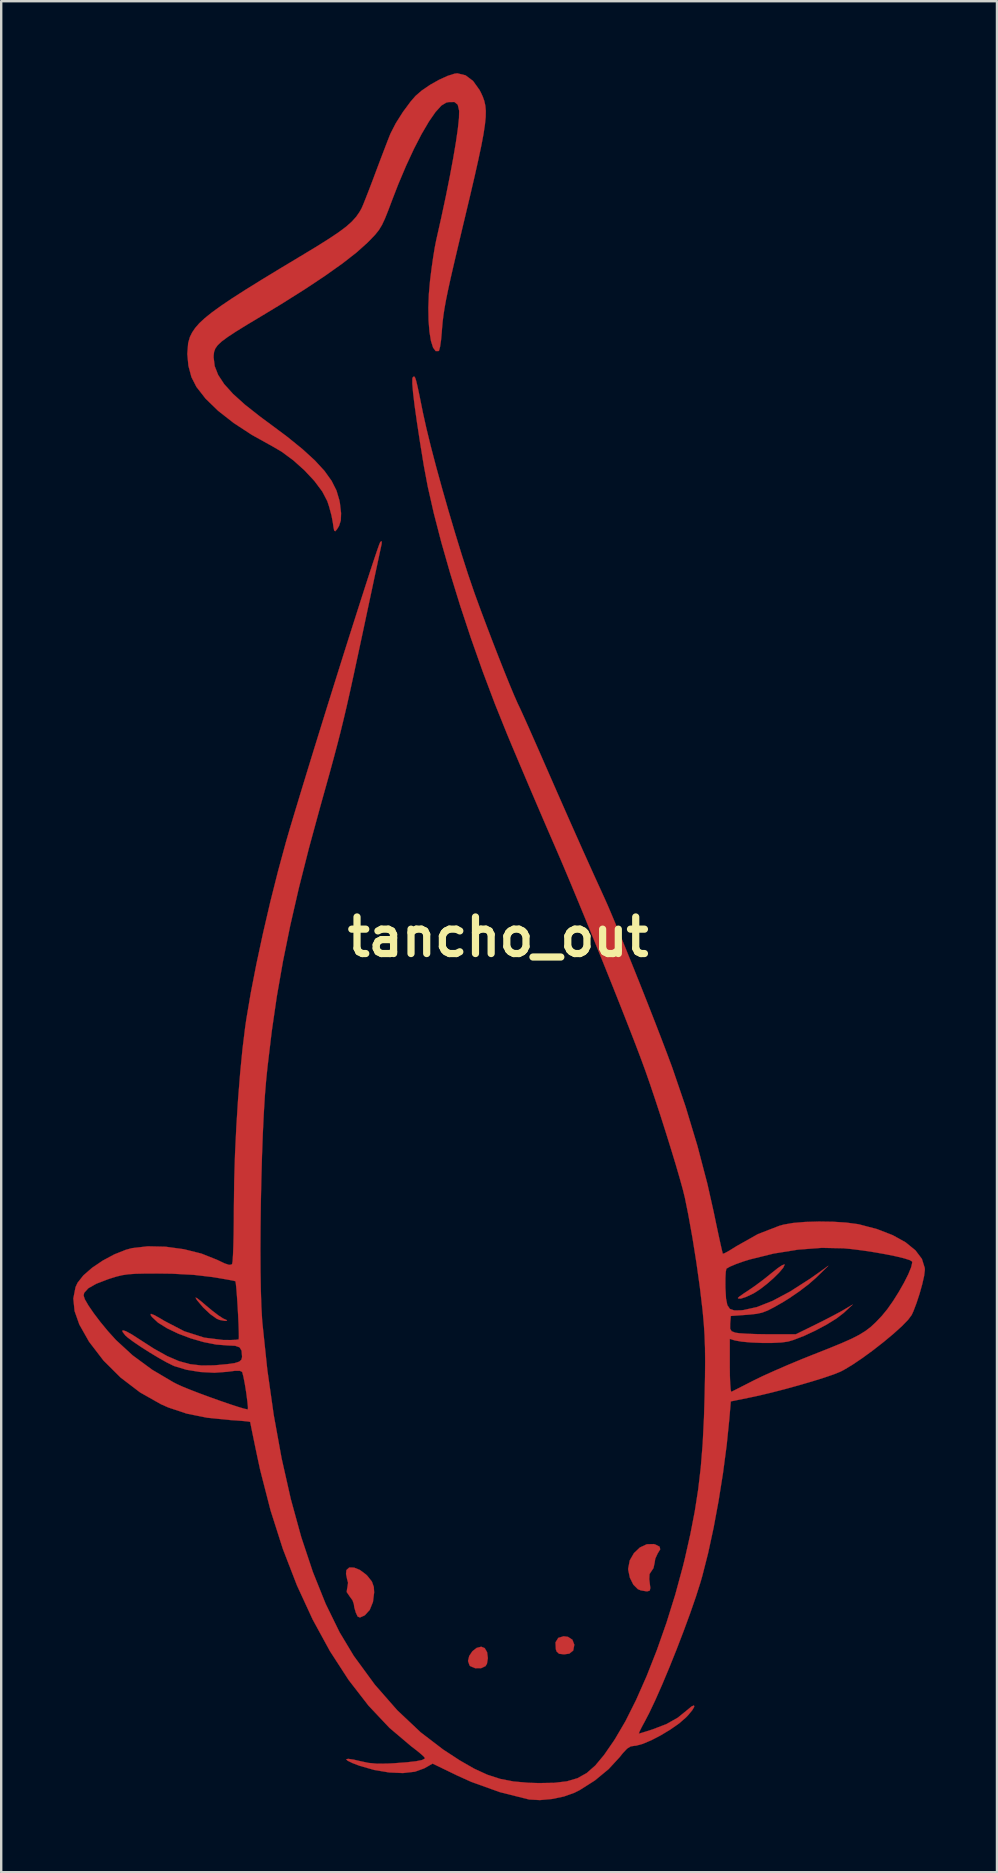
<source format=kicad_pcb>
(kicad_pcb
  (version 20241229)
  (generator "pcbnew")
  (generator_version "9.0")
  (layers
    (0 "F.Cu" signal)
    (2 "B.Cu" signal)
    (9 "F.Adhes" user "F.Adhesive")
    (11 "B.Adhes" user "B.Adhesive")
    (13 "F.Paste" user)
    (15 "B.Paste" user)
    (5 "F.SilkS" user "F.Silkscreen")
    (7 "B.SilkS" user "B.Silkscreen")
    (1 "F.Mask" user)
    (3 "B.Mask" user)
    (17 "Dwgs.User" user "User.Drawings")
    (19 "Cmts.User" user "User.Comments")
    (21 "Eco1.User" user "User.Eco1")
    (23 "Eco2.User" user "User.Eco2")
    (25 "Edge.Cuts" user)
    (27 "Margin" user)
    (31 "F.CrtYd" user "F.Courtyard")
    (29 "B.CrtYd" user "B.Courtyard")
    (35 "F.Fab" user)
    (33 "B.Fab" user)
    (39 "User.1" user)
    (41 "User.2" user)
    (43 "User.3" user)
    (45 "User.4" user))
  (footprint "tancho_out"
    (layer "F.Cu")
    (at 17.703 35.988)
    (property "Reference" "tancho_out" (at 0 0 0) (layer "F.SilkS") (effects (font (size 1.524 1.524) (thickness 0.3))))
    (attr through_hole)
    (fp_poly (pts (xy 2.911 29.158) (xy 3.095 29.279) (xy 3.175 29.488) (xy 3.13 29.724) (xy 3.125 29.732) (xy 2.967 29.858) (xy 2.75 29.887) (xy 2.541 29.864) (xy 2.438 29.771) (xy 2.405 29.676) (xy 2.391 29.388) (xy 2.506 29.201) (xy 2.731 29.134) (xy 2.911 29.158)) (stroke (width 0.01) (type solid)) (fill yes) (layer "F.Cu"))
    (fp_poly (pts (xy -0.558 29.627) (xy -0.459 29.8) (xy -0.427 30.046) (xy -0.465 30.279) (xy -0.525 30.378) (xy -0.714 30.466) (xy -0.955 30.465) (xy -1.157 30.38) (xy -1.19 30.348) (xy -1.254 30.163) (xy -1.204 29.954) (xy -1.073 29.76) (xy -0.895 29.619) (xy -0.704 29.57) (xy -0.558 29.627)) (stroke (width 0.01) (type solid)) (fill yes) (layer "F.Cu"))
    (fp_poly (pts (xy -12.544 15.047) (xy -12.368 15.185) (xy -12.184 15.343) (xy -11.905 15.575) (xy -11.65 15.769) (xy -11.462 15.891) (xy -11.424 15.909) (xy -11.293 15.968) (xy -11.315 15.991) (xy -11.388 15.994) (xy -11.602 15.955) (xy -11.726 15.903) (xy -11.995 15.711) (xy -12.288 15.435) (xy -12.542 15.134) (xy -12.557 15.113) (xy -12.606 15.024) (xy -12.544 15.047)) (stroke (width 0.01) (type solid)) (fill yes) (layer "F.Cu"))
    (fp_poly (pts (xy 11.938 13.653) (xy 11.875 13.785) (xy 11.706 13.984) (xy 11.467 14.22) (xy 11.189 14.462) (xy 10.907 14.68) (xy 10.654 14.842) (xy 10.634 14.853) (xy 10.331 14.996) (xy 10.111 15.067) (xy 9.999 15.06) (xy 9.991 15.037) (xy 10.056 14.978) (xy 10.227 14.857) (xy 10.435 14.72) (xy 10.728 14.518) (xy 11.074 14.259) (xy 11.399 13.997) (xy 11.409 13.989) (xy 11.65 13.798) (xy 11.833 13.676) (xy 11.93 13.641) (xy 11.938 13.653)) (stroke (width 0.01) (type solid)) (fill yes) (layer "F.Cu"))
    (fp_poly (pts (xy -6.004 26.272) (xy -5.76 26.371) (xy -5.51 26.556) (xy -5.44 26.626) (xy -5.258 26.856) (xy -5.179 27.079) (xy -5.165 27.308) (xy -5.214 27.703) (xy -5.348 28.034) (xy -5.547 28.254) (xy -5.583 28.276) (xy -5.756 28.352) (xy -5.852 28.312) (xy -5.929 28.146) (xy -5.992 27.932) (xy -6.011 27.792) (xy -6.066 27.635) (xy -6.189 27.466) (xy -6.308 27.291) (xy -6.29 27.141) (xy -6.285 27.132) (xy -6.252 26.906) (xy -6.291 26.756) (xy -6.336 26.536) (xy -6.32 26.376) (xy -6.204 26.27) (xy -6.004 26.272)) (stroke (width 0.01) (type solid)) (fill yes) (layer "F.Cu"))
    (fp_poly (pts (xy 6.558 25.314) (xy 6.728 25.402) (xy 6.753 25.512) (xy 6.644 25.69) (xy 6.644 25.691) (xy 6.547 25.904) (xy 6.519 26.083) (xy 6.473 26.294) (xy 6.389 26.419) (xy 6.308 26.543) (xy 6.297 26.752) (xy 6.314 26.895) (xy 6.341 27.123) (xy 6.319 27.229) (xy 6.231 27.259) (xy 6.169 27.26) (xy 5.943 27.221) (xy 5.821 27.171) (xy 5.633 26.982) (xy 5.489 26.692) (xy 5.421 26.37) (xy 5.419 26.314) (xy 5.485 25.972) (xy 5.659 25.67) (xy 5.907 25.435) (xy 6.195 25.3) (xy 6.49 25.293) (xy 6.558 25.314)) (stroke (width 0.01) (type solid)) (fill yes) (layer "F.Cu"))
    (fp_poly (pts (xy -1.356 -35.9) (xy -1.042 -35.663) (xy -0.771 -35.284) (xy -0.718 -35.182) (xy -0.637 -35.005) (xy -0.575 -34.83) (xy -0.533 -34.64) (xy -0.513 -34.423) (xy -0.518 -34.162) (xy -0.55 -33.844) (xy -0.609 -33.453) (xy -0.699 -32.975) (xy -0.822 -32.395) (xy -0.978 -31.699) (xy -1.171 -30.871) (xy -1.403 -29.897) (xy -1.466 -29.633) (xy -1.672 -28.765) (xy -1.842 -28.041) (xy -1.98 -27.442) (xy -2.088 -26.947) (xy -2.172 -26.537) (xy -2.234 -26.192) (xy -2.28 -25.892) (xy -2.313 -25.617) (xy -2.337 -25.347) (xy -2.347 -25.207) (xy -2.378 -24.868) (xy -2.417 -24.598) (xy -2.459 -24.438) (xy -2.476 -24.413) (xy -2.602 -24.411) (xy -2.71 -24.557) (xy -2.797 -24.831) (xy -2.86 -25.212) (xy -2.897 -25.681) (xy -2.906 -26.216) (xy -2.884 -26.798) (xy -2.834 -27.363) (xy -2.774 -27.842) (xy -2.706 -28.318) (xy -2.638 -28.734) (xy -2.578 -29.038) (xy -2.577 -29.041) (xy -2.369 -29.966) (xy -2.179 -30.854) (xy -2.012 -31.688) (xy -1.87 -32.45) (xy -1.757 -33.121) (xy -1.676 -33.683) (xy -1.63 -34.119) (xy -1.623 -34.41) (xy -1.624 -34.428) (xy -1.682 -34.675) (xy -1.82 -34.788) (xy -2.064 -34.784) (xy -2.162 -34.763) (xy -2.365 -34.639) (xy -2.609 -34.37) (xy -2.887 -33.968) (xy -3.19 -33.451) (xy -3.509 -32.833) (xy -3.836 -32.129) (xy -4.163 -31.355) (xy -4.404 -30.734) (xy -4.581 -30.264) (xy -4.72 -29.918) (xy -4.842 -29.66) (xy -4.966 -29.456) (xy -5.113 -29.271) (xy -5.304 -29.069) (xy -5.459 -28.914) (xy -5.895 -28.523) (xy -6.477 -28.068) (xy -7.201 -27.554) (xy -8.058 -26.984) (xy -9.041 -26.365) (xy -9.864 -25.867) (xy -10.456 -25.512) (xy -10.918 -25.227) (xy -11.265 -24.999) (xy -11.515 -24.814) (xy -11.682 -24.658) (xy -11.783 -24.517) (xy -11.834 -24.377) (xy -11.852 -24.224) (xy -11.853 -24.148) (xy -11.808 -23.785) (xy -11.665 -23.419) (xy -11.415 -23.037) (xy -11.046 -22.628) (xy -10.549 -22.179) (xy -9.913 -21.678) (xy -9.578 -21.431) (xy -8.794 -20.847) (xy -8.15 -20.325) (xy -7.634 -19.853) (xy -7.234 -19.418) (xy -6.938 -19.005) (xy -6.735 -18.603) (xy -6.614 -18.197) (xy -6.591 -18.073) (xy -6.543 -17.659) (xy -6.553 -17.358) (xy -6.627 -17.125) (xy -6.714 -16.984) (xy -6.785 -16.905) (xy -6.829 -16.93) (xy -6.861 -17.085) (xy -6.881 -17.239) (xy -6.94 -17.556) (xy -7.04 -17.928) (xy -7.118 -18.162) (xy -7.325 -18.559) (xy -7.652 -18.997) (xy -8.066 -19.441) (xy -8.534 -19.861) (xy -9.024 -20.222) (xy -9.398 -20.441) (xy -10.256 -20.917) (xy -11.016 -21.414) (xy -11.665 -21.922) (xy -12.187 -22.428) (xy -12.57 -22.92) (xy -12.777 -23.326) (xy -12.903 -23.798) (xy -12.949 -24.291) (xy -12.914 -24.744) (xy -12.84 -25.001) (xy -12.747 -25.188) (xy -12.62 -25.375) (xy -12.448 -25.572) (xy -12.218 -25.786) (xy -11.919 -26.026) (xy -11.539 -26.3) (xy -11.068 -26.618) (xy -10.493 -26.986) (xy -9.804 -27.413) (xy -8.987 -27.909) (xy -8.226 -28.366) (xy -7.575 -28.759) (xy -7.055 -29.086) (xy -6.647 -29.359) (xy -6.332 -29.594) (xy -6.094 -29.806) (xy -5.912 -30.008) (xy -5.77 -30.214) (xy -5.687 -30.363) (xy -5.627 -30.5) (xy -5.521 -30.765) (xy -5.379 -31.128) (xy -5.215 -31.558) (xy -5.092 -31.887) (xy -4.917 -32.353) (xy -4.754 -32.78) (xy -4.617 -33.137) (xy -4.518 -33.39) (xy -4.478 -33.486) (xy -4.26 -33.909) (xy -3.966 -34.373) (xy -3.645 -34.806) (xy -3.442 -35.041) (xy -3.181 -35.267) (xy -2.841 -35.499) (xy -2.468 -35.71) (xy -2.108 -35.875) (xy -1.809 -35.97) (xy -1.696 -35.983) (xy -1.356 -35.9)) (stroke (width 0.01) (type solid)) (fill yes) (layer "F.Cu"))
    (fp_poly (pts (xy -3.486 -23.346) (xy -3.452 -23.29) (xy -3.411 -23.158) (xy -3.357 -22.932) (xy -3.284 -22.59) (xy -3.187 -22.111) (xy -3.133 -21.844) (xy -2.994 -21.216) (xy -2.81 -20.461) (xy -2.588 -19.612) (xy -2.338 -18.702) (xy -2.07 -17.763) (xy -1.793 -16.829) (xy -1.517 -15.931) (xy -1.251 -15.104) (xy -1.003 -14.38) (xy -0.963 -14.266) (xy -0.739 -13.653) (xy -0.494 -13) (xy -0.24 -12.333) (xy 0.014 -11.679) (xy 0.257 -11.065) (xy 0.479 -10.517) (xy 0.669 -10.062) (xy 0.817 -9.726) (xy 0.873 -9.61) (xy 0.953 -9.439) (xy 1.089 -9.139) (xy 1.27 -8.735) (xy 1.484 -8.251) (xy 1.721 -7.714) (xy 1.91 -7.281) (xy 2.482 -5.975) (xy 3.027 -4.74) (xy 3.536 -3.597) (xy 3.999 -2.569) (xy 4.407 -1.675) (xy 4.41 -1.669) (xy 4.571 -1.308) (xy 4.781 -0.814) (xy 5.031 -0.213) (xy 5.311 0.47) (xy 5.61 1.21) (xy 5.918 1.979) (xy 6.225 2.755) (xy 6.521 3.51) (xy 6.795 4.219) (xy 7.038 4.857) (xy 7.239 5.398) (xy 7.264 5.468) (xy 7.811 7.069) (xy 8.301 8.693) (xy 8.718 10.282) (xy 8.976 11.43) (xy 9.084 11.949) (xy 9.182 12.409) (xy 9.264 12.786) (xy 9.325 13.053) (xy 9.359 13.188) (xy 9.363 13.198) (xy 9.443 13.172) (xy 9.626 13.071) (xy 9.876 12.917) (xy 9.925 12.885) (xy 10.824 12.378) (xy 11.711 12.035) (xy 11.892 11.984) (xy 12.283 11.915) (xy 12.79 11.872) (xy 13.363 11.855) (xy 13.951 11.864) (xy 14.505 11.899) (xy 14.973 11.961) (xy 15.051 11.976) (xy 15.795 12.173) (xy 16.442 12.424) (xy 16.977 12.721) (xy 17.386 13.054) (xy 17.657 13.413) (xy 17.775 13.789) (xy 17.779 13.877) (xy 17.749 14.118) (xy 17.671 14.463) (xy 17.56 14.86) (xy 17.431 15.254) (xy 17.301 15.594) (xy 17.23 15.748) (xy 17.081 15.948) (xy 16.818 16.218) (xy 16.468 16.534) (xy 16.059 16.875) (xy 15.62 17.218) (xy 15.177 17.542) (xy 14.759 17.824) (xy 14.394 18.042) (xy 14.259 18.111) (xy 13.989 18.22) (xy 13.589 18.357) (xy 13.094 18.512) (xy 12.539 18.674) (xy 11.96 18.834) (xy 11.39 18.981) (xy 10.866 19.106) (xy 10.626 19.158) (xy 9.694 19.349) (xy 9.634 20.068) (xy 9.522 21.176) (xy 9.37 22.331) (xy 9.185 23.493) (xy 8.976 24.621) (xy 8.748 25.674) (xy 8.509 26.612) (xy 8.432 26.882) (xy 8.24 27.487) (xy 8.001 28.176) (xy 7.728 28.919) (xy 7.434 29.684) (xy 7.131 30.439) (xy 6.832 31.153) (xy 6.549 31.793) (xy 6.295 32.329) (xy 6.123 32.66) (xy 5.983 32.918) (xy 5.89 33.106) (xy 5.861 33.188) (xy 5.863 33.189) (xy 5.956 33.165) (xy 6.164 33.101) (xy 6.442 33.012) (xy 7.02 32.789) (xy 7.485 32.526) (xy 7.852 32.229) (xy 8.054 32.061) (xy 8.16 32.015) (xy 8.171 32.071) (xy 8.089 32.213) (xy 7.916 32.423) (xy 7.828 32.515) (xy 7.548 32.759) (xy 7.187 33.012) (xy 6.787 33.255) (xy 6.386 33.464) (xy 6.025 33.617) (xy 5.745 33.693) (xy 5.685 33.697) (xy 5.525 33.722) (xy 5.375 33.814) (xy 5.195 34.005) (xy 5.064 34.169) (xy 4.602 34.67) (xy 4.031 35.141) (xy 3.409 35.536) (xy 3.175 35.655) (xy 2.744 35.809) (xy 2.242 35.914) (xy 1.739 35.959) (xy 1.307 35.936) (xy 1.27 35.929) (xy 0.068 35.627) (xy -1.116 35.201) (xy -1.682 34.946) (xy -2.729 34.439) (xy -3.079 34.637) (xy -3.467 34.777) (xy -3.966 34.833) (xy -4.542 34.808) (xy -5.158 34.705) (xy -5.78 34.527) (xy -6.063 34.419) (xy -6.273 34.317) (xy -6.329 34.257) (xy -6.243 34.241) (xy -6.025 34.272) (xy -5.746 34.337) (xy -5.402 34.41) (xy -5.047 34.443) (xy -4.617 34.439) (xy -4.36 34.426) (xy -3.809 34.385) (xy -3.415 34.34) (xy -3.169 34.29) (xy -3.057 34.232) (xy -3.048 34.207) (xy -3.111 34.131) (xy -3.28 33.983) (xy -3.523 33.791) (xy -3.619 33.719) (xy -4.529 32.948) (xy -5.4 32.024) (xy -6.227 30.956) (xy -7.004 29.757) (xy -7.724 28.439) (xy -8.381 27.014) (xy -8.969 25.493) (xy -9.481 23.888) (xy -9.912 22.21) (xy -10.025 21.687) (xy -10.124 21.215) (xy -10.209 20.803) (xy -10.275 20.479) (xy -10.317 20.27) (xy -10.329 20.204) (xy -10.408 20.187) (xy -10.619 20.165) (xy -10.927 20.141) (xy -11.157 20.126) (xy -12.127 20.028) (xy -12.975 19.857) (xy -13.735 19.604) (xy -14.044 19.468) (xy -14.917 18.974) (xy -15.726 18.357) (xy -16.443 17.644) (xy -17.043 16.861) (xy -17.448 16.145) (xy -17.645 15.586) (xy -17.698 15.06) (xy -17.673 14.934) (xy -17.272 14.934) (xy -17.218 15.096) (xy -17.069 15.353) (xy -16.846 15.678) (xy -16.57 16.042) (xy -16.262 16.416) (xy -15.941 16.771) (xy -15.923 16.791) (xy -15.228 17.43) (xy -14.414 18.029) (xy -13.527 18.553) (xy -13.377 18.63) (xy -13.15 18.733) (xy -12.827 18.864) (xy -12.439 19.014) (xy -12.016 19.17) (xy -11.589 19.323) (xy -11.188 19.461) (xy -10.842 19.574) (xy -10.584 19.651) (xy -10.442 19.681) (xy -10.426 19.678) (xy -10.423 19.589) (xy -10.444 19.372) (xy -10.483 19.068) (xy -10.502 18.933) (xy -10.557 18.595) (xy -10.612 18.317) (xy -10.656 18.147) (xy -10.667 18.12) (xy -10.759 18.074) (xy -10.965 18.074) (xy -11.281 18.115) (xy -11.818 18.155) (xy -12.411 18.123) (xy -12.99 18.029) (xy -13.486 17.879) (xy -13.54 17.856) (xy -13.808 17.723) (xy -14.147 17.532) (xy -14.518 17.309) (xy -14.883 17.076) (xy -15.203 16.859) (xy -15.44 16.682) (xy -15.535 16.596) (xy -15.652 16.442) (xy -15.641 16.385) (xy -15.511 16.423) (xy -15.271 16.552) (xy -14.972 16.745) (xy -14.335 17.155) (xy -13.788 17.46) (xy -13.298 17.671) (xy -12.832 17.798) (xy -12.358 17.853) (xy -11.842 17.846) (xy -11.7 17.835) (xy -11.262 17.794) (xy -10.967 17.75) (xy -10.787 17.693) (xy -10.697 17.614) (xy -10.669 17.505) (xy -10.668 17.481) (xy -10.688 17.236) (xy -10.772 17.096) (xy -10.955 17.032) (xy -11.256 17.018) (xy -11.739 16.981) (xy -12.268 16.877) (xy -12.809 16.721) (xy -13.328 16.525) (xy -13.793 16.302) (xy -14.169 16.067) (xy -14.422 15.831) (xy -14.479 15.746) (xy -14.465 15.7) (xy -14.32 15.755) (xy -14.043 15.911) (xy -13.9 15.998) (xy -13.074 16.427) (xy -12.244 16.692) (xy -11.458 16.79) (xy -11.155 16.792) (xy -10.923 16.783) (xy -10.811 16.765) (xy -10.808 16.763) (xy -10.8 16.671) (xy -10.803 16.447) (xy -10.814 16.129) (xy -10.832 15.755) (xy -10.854 15.361) (xy -10.879 14.985) (xy -10.904 14.665) (xy -10.927 14.438) (xy -10.945 14.342) (xy -10.946 14.342) (xy -11.034 14.319) (xy -11.255 14.277) (xy -11.573 14.222) (xy -11.898 14.168) (xy -12.674 14.077) (xy -13.583 14.028) (xy -14.182 14.02) (xy -14.706 14.022) (xy -15.1 14.031) (xy -15.404 14.052) (xy -15.657 14.089) (xy -15.898 14.147) (xy -16.166 14.23) (xy -16.24 14.254) (xy -16.74 14.446) (xy -17.074 14.635) (xy -17.245 14.824) (xy -17.272 14.934) (xy -17.673 14.934) (xy -17.606 14.588) (xy -17.521 14.405) (xy -17.28 14.1) (xy -16.917 13.783) (xy -16.472 13.482) (xy -15.987 13.222) (xy -15.505 13.031) (xy -15.257 12.964) (xy -14.596 12.887) (xy -13.856 12.904) (xy -13.092 13.008) (xy -12.36 13.191) (xy -11.715 13.447) (xy -11.69 13.459) (xy -11.395 13.599) (xy -11.212 13.66) (xy -11.112 13.649) (xy -11.081 13.617) (xy -11.062 13.505) (xy -11.045 13.248) (xy -11.03 12.867) (xy -11.018 12.387) (xy -11.011 11.831) (xy -11.008 11.231) (xy -10.995 10.174) (xy -10.961 9.053) (xy -10.906 7.904) (xy -10.834 6.763) (xy -10.747 5.666) (xy -10.648 4.651) (xy -10.538 3.754) (xy -10.491 3.429) (xy -10.305 2.331) (xy -10.069 1.119) (xy -9.794 -0.161) (xy -9.491 -1.465) (xy -9.168 -2.748) (xy -8.837 -3.964) (xy -8.673 -4.53) (xy -8.458 -5.245) (xy -8.22 -6.031) (xy -7.963 -6.872) (xy -7.692 -7.756) (xy -7.41 -8.666) (xy -7.123 -9.59) (xy -6.835 -10.511) (xy -6.551 -11.417) (xy -6.275 -12.292) (xy -6.011 -13.122) (xy -5.765 -13.892) (xy -5.541 -14.589) (xy -5.344 -15.197) (xy -5.177 -15.703) (xy -5.046 -16.091) (xy -4.955 -16.348) (xy -4.909 -16.459) (xy -4.907 -16.461) (xy -4.847 -16.486) (xy -4.855 -16.367) (xy -4.861 -16.341) (xy -4.888 -16.214) (xy -4.947 -15.94) (xy -5.032 -15.538) (xy -5.142 -15.027) (xy -5.27 -14.424) (xy -5.414 -13.75) (xy -5.569 -13.021) (xy -5.637 -12.7) (xy -5.84 -11.753) (xy -6.014 -10.943) (xy -6.167 -10.244) (xy -6.306 -9.628) (xy -6.438 -9.067) (xy -6.568 -8.534) (xy -6.705 -8.001) (xy -6.854 -7.44) (xy -7.022 -6.823) (xy -7.217 -6.124) (xy -7.4 -5.471) (xy -7.884 -3.695) (xy -8.302 -2.042) (xy -8.66 -0.483) (xy -8.964 1.013) (xy -9.22 2.475) (xy -9.432 3.934) (xy -9.609 5.419) (xy -9.665 5.969) (xy -9.717 6.599) (xy -9.763 7.353) (xy -9.804 8.205) (xy -9.838 9.128) (xy -9.865 10.097) (xy -9.886 11.085) (xy -9.898 12.065) (xy -9.903 13.013) (xy -9.899 13.902) (xy -9.886 14.705) (xy -9.864 15.397) (xy -9.832 15.951) (xy -9.825 16.044) (xy -9.617 18.023) (xy -9.348 19.918) (xy -9.021 21.72) (xy -8.638 23.417) (xy -8.203 25) (xy -7.717 26.459) (xy -7.185 27.784) (xy -6.608 28.963) (xy -6.012 29.955) (xy -5.138 31.149) (xy -4.204 32.215) (xy -3.225 33.138) (xy -2.286 33.856) (xy -1.6 34.304) (xy -1 34.649) (xy -0.45 34.902) (xy 0.086 35.076) (xy 0.645 35.184) (xy 1.262 35.238) (xy 1.693 35.251) (xy 2.336 35.24) (xy 2.863 35.178) (xy 3.305 35.048) (xy 3.691 34.833) (xy 4.051 34.516) (xy 4.414 34.08) (xy 4.81 33.507) (xy 4.867 33.42) (xy 5.305 32.674) (xy 5.749 31.788) (xy 6.19 30.789) (xy 6.617 29.704) (xy 7.018 28.562) (xy 7.383 27.39) (xy 7.702 26.215) (xy 7.781 25.893) (xy 8.009 24.882) (xy 8.192 23.939) (xy 8.335 23.023) (xy 8.444 22.094) (xy 8.523 21.109) (xy 8.577 20.029) (xy 8.604 19.135) (xy 8.62 18.341) (xy 8.626 17.679) (xy 8.62 17.114) (xy 8.602 16.607) (xy 8.571 16.123) (xy 8.526 15.624) (xy 8.517 15.536) (xy 8.405 14.588) (xy 8.396 14.525) (xy 9.468 14.525) (xy 9.471 14.646) (xy 9.495 15.064) (xy 9.55 15.338) (xy 9.658 15.495) (xy 9.839 15.558) (xy 10.116 15.554) (xy 10.222 15.543) (xy 10.786 15.418) (xy 11.433 15.161) (xy 12.167 14.77) (xy 12.991 14.242) (xy 13.335 14.001) (xy 13.758 13.698) (xy 13.237 14.205) (xy 12.933 14.471) (xy 12.54 14.769) (xy 12.12 15.056) (xy 11.887 15.201) (xy 11.513 15.416) (xy 11.234 15.56) (xy 11.003 15.649) (xy 10.769 15.7) (xy 10.485 15.731) (xy 10.376 15.74) (xy 9.694 15.79) (xy 9.668 16.105) (xy 9.666 16.318) (xy 9.728 16.425) (xy 9.88 16.485) (xy 10.052 16.509) (xy 10.353 16.529) (xy 10.744 16.544) (xy 11.184 16.551) (xy 11.261 16.551) (xy 12.404 16.552) (xy 13.208 16.157) (xy 13.592 15.965) (xy 13.965 15.772) (xy 14.27 15.608) (xy 14.393 15.538) (xy 14.774 15.313) (xy 14.395 15.665) (xy 14.099 15.893) (xy 13.692 16.145) (xy 13.223 16.396) (xy 12.743 16.62) (xy 12.302 16.79) (xy 12.082 16.855) (xy 11.808 16.894) (xy 11.424 16.912) (xy 10.982 16.912) (xy 10.539 16.894) (xy 10.149 16.859) (xy 9.866 16.809) (xy 9.842 16.802) (xy 9.652 16.744) (xy 9.652 17.862) (xy 9.656 18.271) (xy 9.669 18.609) (xy 9.687 18.845) (xy 9.71 18.948) (xy 9.716 18.95) (xy 9.812 18.902) (xy 10.027 18.793) (xy 10.328 18.64) (xy 10.662 18.469) (xy 11.03 18.291) (xy 11.513 18.073) (xy 12.065 17.833) (xy 12.644 17.592) (xy 13.159 17.386) (xy 13.809 17.129) (xy 14.324 16.917) (xy 14.729 16.737) (xy 15.048 16.573) (xy 15.307 16.413) (xy 15.529 16.243) (xy 15.738 16.048) (xy 15.96 15.815) (xy 15.989 15.784) (xy 16.217 15.506) (xy 16.459 15.161) (xy 16.697 14.782) (xy 16.913 14.402) (xy 17.09 14.05) (xy 17.209 13.76) (xy 17.254 13.564) (xy 17.248 13.521) (xy 17.149 13.461) (xy 16.912 13.386) (xy 16.568 13.303) (xy 16.145 13.217) (xy 15.674 13.134) (xy 15.186 13.06) (xy 14.71 13) (xy 14.393 12.97) (xy 13.485 12.951) (xy 12.495 13.026) (xy 11.48 13.189) (xy 10.494 13.433) (xy 10.224 13.516) (xy 9.912 13.627) (xy 9.663 13.732) (xy 9.523 13.812) (xy 9.509 13.827) (xy 9.484 13.952) (xy 9.47 14.2) (xy 9.468 14.525) (xy 8.396 14.525) (xy 8.262 13.569) (xy 8.099 12.542) (xy 7.924 11.57) (xy 7.782 10.867) (xy 7.7 10.533) (xy 7.571 10.068) (xy 7.406 9.5) (xy 7.211 8.858) (xy 6.997 8.171) (xy 6.773 7.466) (xy 6.546 6.773) (xy 6.326 6.12) (xy 6.128 5.553) (xy 5.952 5.073) (xy 5.72 4.461) (xy 5.44 3.74) (xy 5.123 2.933) (xy 4.778 2.065) (xy 4.414 1.158) (xy 4.041 0.236) (xy 3.668 -0.676) (xy 3.305 -1.557) (xy 2.962 -2.382) (xy 2.647 -3.128) (xy 2.37 -3.771) (xy 2.353 -3.81) (xy 2.028 -4.558) (xy 1.665 -5.403) (xy 1.286 -6.289) (xy 0.915 -7.164) (xy 0.574 -7.972) (xy 0.385 -8.425) (xy -0.137 -9.722) (xy -0.644 -11.069) (xy -1.128 -12.439) (xy -1.582 -13.809) (xy -1.996 -15.151) (xy -2.365 -16.442) (xy -2.679 -17.654) (xy -2.931 -18.764) (xy -3.093 -19.627) (xy -3.253 -20.61) (xy -3.381 -21.447) (xy -3.478 -22.134) (xy -3.542 -22.669) (xy -3.574 -23.047) (xy -3.573 -23.265) (xy -3.556 -23.317) (xy -3.519 -23.349) (xy -3.486 -23.346)) (stroke (width 0.01) (type solid)) (fill yes) (layer "F.Cu")))
  (gr_rect
    (start -3 -3)
    (end 38.487 74.952)
    (stroke (width 0.1) (type default))
    (fill no)
    (layer "Edge.Cuts")))
</source>
